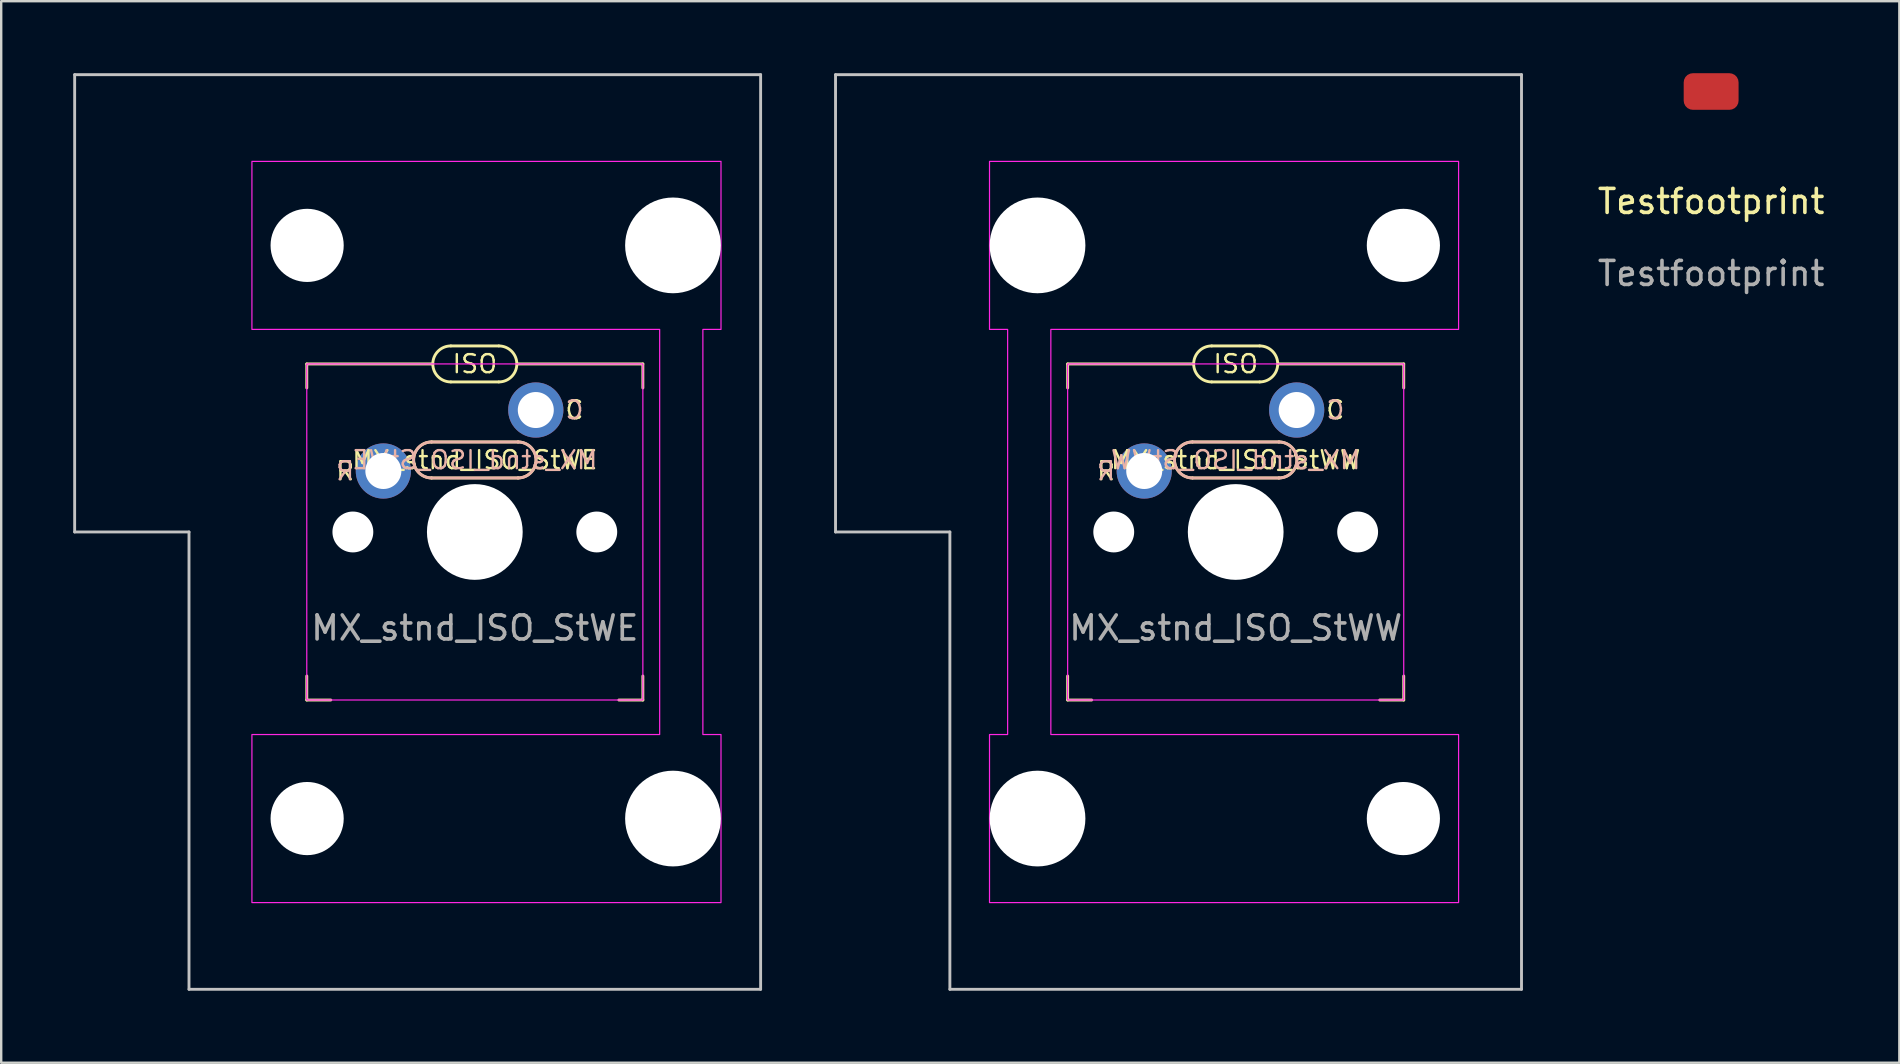
<source format=kicad_pcb>
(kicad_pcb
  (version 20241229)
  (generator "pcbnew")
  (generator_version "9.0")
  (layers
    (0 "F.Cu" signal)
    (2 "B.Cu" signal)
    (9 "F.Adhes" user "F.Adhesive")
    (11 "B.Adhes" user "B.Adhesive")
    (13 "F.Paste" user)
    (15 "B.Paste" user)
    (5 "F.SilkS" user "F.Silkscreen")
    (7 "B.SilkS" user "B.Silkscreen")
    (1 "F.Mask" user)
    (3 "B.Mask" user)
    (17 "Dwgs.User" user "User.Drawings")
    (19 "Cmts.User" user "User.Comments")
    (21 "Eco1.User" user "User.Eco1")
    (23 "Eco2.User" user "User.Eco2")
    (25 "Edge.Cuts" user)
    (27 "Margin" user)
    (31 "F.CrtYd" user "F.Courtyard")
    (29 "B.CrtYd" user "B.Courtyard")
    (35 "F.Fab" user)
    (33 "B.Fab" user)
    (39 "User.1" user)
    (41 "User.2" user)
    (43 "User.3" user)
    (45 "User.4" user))
  (footprint "Testfootprint"
    (layer "F.Cu")
    (at 68.229 5.842)
    (property "Reference" "Testfootprint" (at 0 -0.5 0) (unlocked yes) (layer "F.SilkS") (effects (font (size 1 1) (thickness 0.15))))
    (attr smd)
    (fp_text user "${REFERENCE}" (at 0 2.5 0) (unlocked yes) (layer "F.Fab") (effects (font (size 1 1) (thickness 0.15))))
    (pad "1" smd roundrect (at 0 -5.08) (size 2.286 1.524) (layers "F.Cu" "F.Mask" "F.Paste") (roundrect_rratio 0.25)))
  (footprint "MX_stnd_ISO_StWE"
    (layer "F.Cu")
    (at 16.729 19.11)
    (property "Reference" "MX_stnd_ISO_StWE" (at 0 -3 0) (unlocked yes) (layer "F.SilkS") (effects (font (size 0.75 0.75) (thickness 0.1))))
    (attr through_hole)
    (fp_line (start -7 -7) (end -1.75 -7) (stroke (width 0.12) (type solid)) (layer "F.SilkS"))
    (fp_line (start -7 -6) (end -7 -7) (stroke (width 0.12) (type solid)) (layer "F.SilkS"))
    (fp_line (start -7 7) (end -7 6) (stroke (width 0.12) (type solid)) (layer "F.SilkS"))
    (fp_line (start -6 7) (end -7 7) (stroke (width 0.12) (type solid)) (layer "F.SilkS"))
    (fp_line (start -1.8 -3.75) (end 1.8 -3.75) (stroke (width 0.12) (type solid)) (layer "F.SilkS"))
    (fp_line (start -1 -7.75) (end 1 -7.75) (stroke (width 0.12) (type solid)) (layer "F.SilkS"))
    (fp_line (start 1 -6.25) (end -1 -6.25) (stroke (width 0.12) (type solid)) (layer "F.SilkS"))
    (fp_line (start 1.8 -2.25) (end -1.8 -2.25) (stroke (width 0.12) (type solid)) (layer "F.SilkS"))
    (fp_line (start 6 7) (end 7 7) (stroke (width 0.12) (type solid)) (layer "F.SilkS"))
    (fp_line (start 7 -7) (end 1.75 -7) (stroke (width 0.12) (type solid)) (layer "F.SilkS"))
    (fp_line (start 7 -7) (end 7 -6) (stroke (width 0.12) (type solid)) (layer "F.SilkS"))
    (fp_line (start 7 7) (end 7 6) (stroke (width 0.12) (type solid)) (layer "F.SilkS"))
    (fp_arc (start -1.8 -2.25) (mid -2.55 -3) (end -1.8 -3.75) (stroke (width 0.12) (type solid)) (layer "F.SilkS"))
    (fp_arc (start -1 -6.25) (mid -1.75 -7) (end -1 -7.75) (stroke (width 0.12) (type solid)) (layer "F.SilkS"))
    (fp_arc (start 1 -7.75) (mid 1.75 -7) (end 1 -6.25) (stroke (width 0.12) (type solid)) (layer "F.SilkS"))
    (fp_arc (start 1.8 -3.75) (mid 2.55 -3) (end 1.8 -2.25) (stroke (width 0.12) (type solid)) (layer "F.SilkS"))
    (fp_line (start -1.8 -2.25) (end 1.8 -2.25) (stroke (width 0.12) (type solid)) (layer "B.SilkS"))
    (fp_line (start 1.8 -3.75) (end -1.8 -3.75) (stroke (width 0.12) (type solid)) (layer "B.SilkS"))
    (fp_arc (start -1.8 -2.25) (mid -2.55 -3) (end -1.8 -3.75) (stroke (width 0.12) (type solid)) (layer "B.SilkS"))
    (fp_arc (start 1.8 -3.75) (mid 2.55 -3) (end 1.8 -2.25) (stroke (width 0.12) (type solid)) (layer "B.SilkS"))
    (fp_line (start -16.669 -19.05) (end -16.669 0) (stroke (width 0.12) (type solid)) (layer "Dwgs.User"))
    (fp_line (start -16.669 0) (end -11.906 0) (stroke (width 0.12) (type solid)) (layer "Dwgs.User"))
    (fp_line (start -11.906 0) (end -11.906 19.05) (stroke (width 0.12) (type solid)) (layer "Dwgs.User"))
    (fp_line (start -11.906 19.05) (end 11.906 19.05) (stroke (width 0.12) (type solid)) (layer "Dwgs.User"))
    (fp_line (start 11.906 -19.05) (end -16.669 -19.05) (stroke (width 0.12) (type solid)) (layer "Dwgs.User"))
    (fp_line (start 11.906 19.05) (end 11.906 -19.05) (stroke (width 0.12) (type solid)) (layer "Dwgs.User"))
    (fp_rect (start -7 -7) (end 7 7) (stroke (width 0.05) (type solid)) (fill no) (layer "F.CrtYd"))
    (fp_poly (pts (xy 7.7 8.438) (xy 7.7 -8.438) (xy -9.285 -8.438) (xy -9.285 -15.438) (xy 10.255 -15.438) (xy 10.255 -8.438) (xy 9.5 -8.438) (xy 9.5 8.438) (xy 10.255 8.438) (xy 10.255 15.438) (xy -9.285 15.438) (xy -9.285 8.438)) (stroke (width 0.05) (type solid)) (fill no) (layer "F.CrtYd"))
    (fp_text user "ISO" (at 0 -7 0) (unlocked yes) (layer "F.SilkS") (effects (font (size 0.75 0.75) (thickness 0.1))))
    (fp_text user "R" (at -5.4 -2.54 0) (unlocked yes) (layer "F.SilkS") (effects (font (size 0.75 0.75) (thickness 0.1))))
    (fp_text user "C" (at 4.15 -5.08 0) (unlocked yes) (layer "F.SilkS") (effects (font (size 0.75 0.75) (thickness 0.1))))
    (fp_text user "C" (at 4.15 -5.08 0) (unlocked yes) (layer "B.SilkS") (effects (font (size 0.75 0.75) (thickness 0.1)) (justify mirror)))
    (fp_text user "R" (at -5.4 -2.54 0) (unlocked yes) (layer "B.SilkS") (effects (font (size 0.75 0.75) (thickness 0.1)) (justify mirror)))
    (fp_text user "${REFERENCE}" (at 0 -3 0) (unlocked yes) (layer "B.SilkS") (effects (font (size 0.75 0.75) (thickness 0.1)) (justify mirror)))
    (fp_text user "${REFERENCE}" (at 0 4 0) (unlocked yes) (layer "F.Fab") (effects (font (size 1 1) (thickness 0.15))))
    (pad "" np_thru_hole circle (at -6.985 -11.938 90) (size 3.048 3.048) (drill 3.048) (layers "*.Cu" "*.Mask"))
    (pad "" np_thru_hole circle (at -6.985 11.938 90) (size 3.048 3.048) (drill 3.048) (layers "*.Cu" "*.Mask"))
    (pad "" np_thru_hole circle (at -5.08 0) (size 1.702 1.702) (drill 1.702) (layers "*.Cu" "*.Mask"))
    (pad "" np_thru_hole circle (at 0 0) (size 3.988 3.988) (drill 3.988) (layers "*.Cu" "*.Mask"))
    (pad "" np_thru_hole circle (at 5.08 0) (size 1.702 1.702) (drill 1.702) (layers "*.Cu" "*.Mask"))
    (pad "" np_thru_hole circle (at 8.255 -11.938 90) (size 3.988 3.988) (drill 3.988) (layers "*.Cu" "*.Mask"))
    (pad "" np_thru_hole circle (at 8.255 11.938 90) (size 3.988 3.988) (drill 3.988) (layers "*.Cu" "*.Mask"))
    (pad "1" thru_hole circle (at 2.54 -5.08) (size 2.3 2.3) (drill 1.5) (layers "*.Cu" "*.Mask"))
    (pad "2" thru_hole circle (at -3.81 -2.54) (size 2.3 2.3) (drill 1.5) (layers "*.Cu" "*.Mask")))
  (footprint "MX_stnd_ISO_StWW"
    (layer "F.Cu")
    (at 48.424 19.11)
    (property "Reference" "MX_stnd_ISO_StWW" (at 0 -3 0) (unlocked yes) (layer "F.SilkS") (effects (font (size 0.75 0.75) (thickness 0.1))))
    (attr through_hole)
    (fp_line (start -7 -7) (end -1.75 -7) (stroke (width 0.12) (type solid)) (layer "F.SilkS"))
    (fp_line (start -7 -6) (end -7 -7) (stroke (width 0.12) (type solid)) (layer "F.SilkS"))
    (fp_line (start -7 7) (end -7 6) (stroke (width 0.12) (type solid)) (layer "F.SilkS"))
    (fp_line (start -6 7) (end -7 7) (stroke (width 0.12) (type solid)) (layer "F.SilkS"))
    (fp_line (start -1.8 -3.75) (end 1.8 -3.75) (stroke (width 0.12) (type solid)) (layer "F.SilkS"))
    (fp_line (start -1 -7.75) (end 1 -7.75) (stroke (width 0.12) (type solid)) (layer "F.SilkS"))
    (fp_line (start 1 -6.25) (end -1 -6.25) (stroke (width 0.12) (type solid)) (layer "F.SilkS"))
    (fp_line (start 1.8 -2.25) (end -1.8 -2.25) (stroke (width 0.12) (type solid)) (layer "F.SilkS"))
    (fp_line (start 6 7) (end 7 7) (stroke (width 0.12) (type solid)) (layer "F.SilkS"))
    (fp_line (start 7 -7) (end 1.75 -7) (stroke (width 0.12) (type solid)) (layer "F.SilkS"))
    (fp_line (start 7 -7) (end 7 -6) (stroke (width 0.12) (type solid)) (layer "F.SilkS"))
    (fp_line (start 7 7) (end 7 6) (stroke (width 0.12) (type solid)) (layer "F.SilkS"))
    (fp_arc (start -1.8 -2.25) (mid -2.55 -3) (end -1.8 -3.75) (stroke (width 0.12) (type solid)) (layer "F.SilkS"))
    (fp_arc (start -1 -6.25) (mid -1.75 -7) (end -1 -7.75) (stroke (width 0.12) (type solid)) (layer "F.SilkS"))
    (fp_arc (start 1 -7.75) (mid 1.75 -7) (end 1 -6.25) (stroke (width 0.12) (type solid)) (layer "F.SilkS"))
    (fp_arc (start 1.8 -3.75) (mid 2.55 -3) (end 1.8 -2.25) (stroke (width 0.12) (type solid)) (layer "F.SilkS"))
    (fp_line (start -1.8 -2.25) (end 1.8 -2.25) (stroke (width 0.12) (type solid)) (layer "B.SilkS"))
    (fp_line (start 1.8 -3.75) (end -1.8 -3.75) (stroke (width 0.12) (type solid)) (layer "B.SilkS"))
    (fp_arc (start -1.8 -2.25) (mid -2.55 -3) (end -1.8 -3.75) (stroke (width 0.12) (type solid)) (layer "B.SilkS"))
    (fp_arc (start 1.8 -3.75) (mid 2.55 -3) (end 1.8 -2.25) (stroke (width 0.12) (type solid)) (layer "B.SilkS"))
    (fp_line (start -16.669 -19.05) (end -16.669 0) (stroke (width 0.12) (type solid)) (layer "Dwgs.User"))
    (fp_line (start -16.669 0) (end -11.906 0) (stroke (width 0.12) (type solid)) (layer "Dwgs.User"))
    (fp_line (start -11.906 0) (end -11.906 19.05) (stroke (width 0.12) (type solid)) (layer "Dwgs.User"))
    (fp_line (start -11.906 19.05) (end 11.906 19.05) (stroke (width 0.12) (type solid)) (layer "Dwgs.User"))
    (fp_line (start 11.906 -19.05) (end -16.669 -19.05) (stroke (width 0.12) (type solid)) (layer "Dwgs.User"))
    (fp_line (start 11.906 19.05) (end 11.906 -19.05) (stroke (width 0.12) (type solid)) (layer "Dwgs.User"))
    (fp_rect (start -7 -7) (end 7 7) (stroke (width 0.05) (type solid)) (fill no) (layer "F.CrtYd"))
    (fp_poly (pts (xy -7.7 -8.438) (xy -7.7 8.438) (xy 9.285 8.438) (xy 9.285 15.438) (xy -10.255 15.438) (xy -10.255 8.438) (xy -9.5 8.438) (xy -9.5 -8.438) (xy -10.255 -8.438) (xy -10.255 -15.438) (xy 9.285 -15.438) (xy 9.285 -8.438)) (stroke (width 0.05) (type solid)) (fill no) (layer "F.CrtYd"))
    (fp_text user "ISO" (at 0 -7 0) (unlocked yes) (layer "F.SilkS") (effects (font (size 0.75 0.75) (thickness 0.1))))
    (fp_text user "R" (at -5.4 -2.54 0) (unlocked yes) (layer "F.SilkS") (effects (font (size 0.75 0.75) (thickness 0.1))))
    (fp_text user "C" (at 4.15 -5.08 0) (unlocked yes) (layer "F.SilkS") (effects (font (size 0.75 0.75) (thickness 0.1))))
    (fp_text user "C" (at 4.15 -5.08 0) (unlocked yes) (layer "B.SilkS") (effects (font (size 0.75 0.75) (thickness 0.1)) (justify mirror)))
    (fp_text user "R" (at -5.4 -2.54 0) (unlocked yes) (layer "B.SilkS") (effects (font (size 0.75 0.75) (thickness 0.1)) (justify mirror)))
    (fp_text user "${REFERENCE}" (at 0 -3 0) (unlocked yes) (layer "B.SilkS") (effects (font (size 0.75 0.75) (thickness 0.1)) (justify mirror)))
    (fp_text user "${REFERENCE}" (at 0 4 0) (unlocked yes) (layer "F.Fab") (effects (font (size 1 1) (thickness 0.15))))
    (pad "" np_thru_hole circle (at -8.255 -11.938 270) (size 3.988 3.988) (drill 3.988) (layers "*.Cu" "*.Mask"))
    (pad "" np_thru_hole circle (at -8.255 11.938 270) (size 3.988 3.988) (drill 3.988) (layers "*.Cu" "*.Mask"))
    (pad "" np_thru_hole circle (at -5.08 0) (size 1.702 1.702) (drill 1.702) (layers "*.Cu" "*.Mask"))
    (pad "" np_thru_hole circle (at 0 0) (size 3.988 3.988) (drill 3.988) (layers "*.Cu" "*.Mask"))
    (pad "" np_thru_hole circle (at 5.08 0) (size 1.702 1.702) (drill 1.702) (layers "*.Cu" "*.Mask"))
    (pad "" np_thru_hole circle (at 6.985 -11.938 270) (size 3.048 3.048) (drill 3.048) (layers "*.Cu" "*.Mask"))
    (pad "" np_thru_hole circle (at 6.985 11.938 270) (size 3.048 3.048) (drill 3.048) (layers "*.Cu" "*.Mask"))
    (pad "1" thru_hole circle (at 2.54 -5.08) (size 2.3 2.3) (drill 1.5) (layers "*.Cu" "*.Mask"))
    (pad "2" thru_hole circle (at -3.81 -2.54) (size 2.3 2.3) (drill 1.5) (layers "*.Cu" "*.Mask")))
  (gr_rect
    (start -3 -3)
    (end 76.069 41.22)
    (stroke (width 0.1) (type default))
    (fill no)
    (layer "Edge.Cuts")))
</source>
